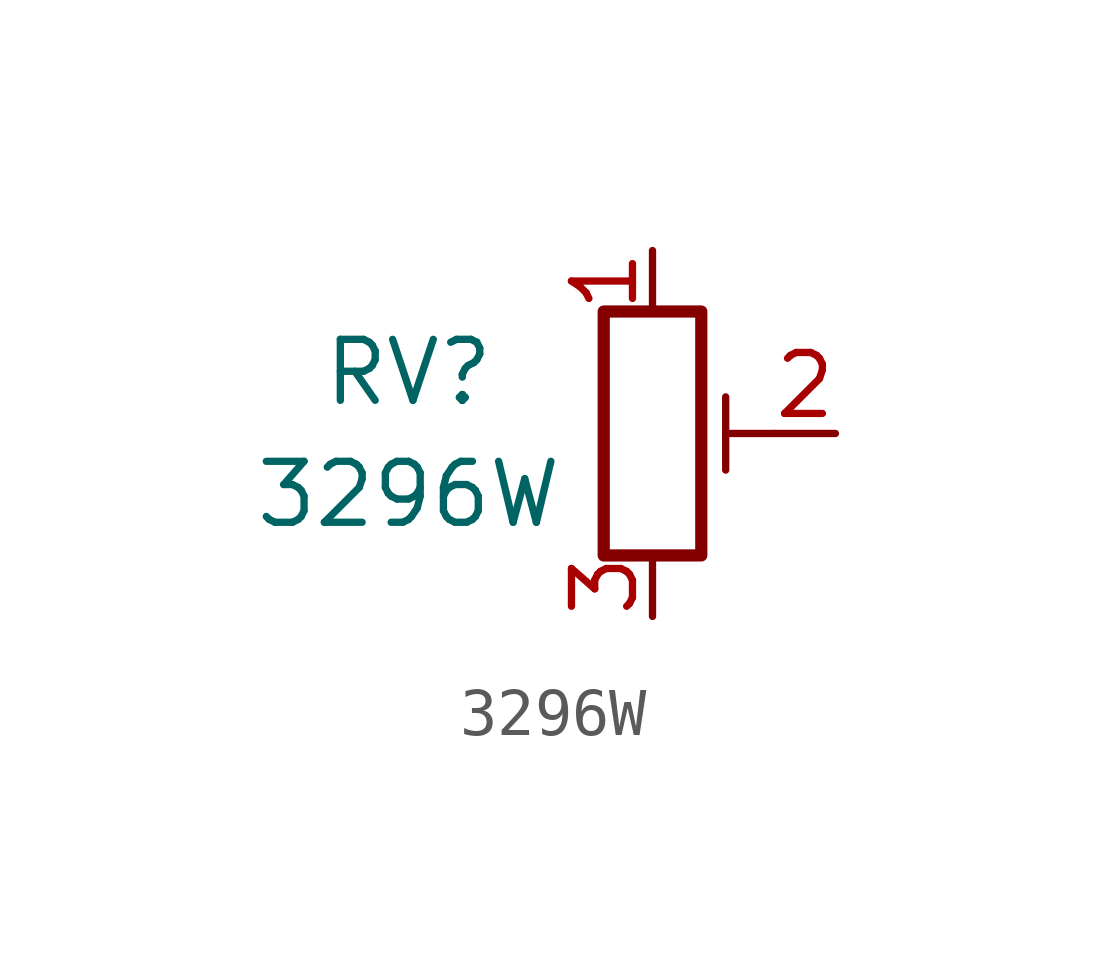
<source format=kicad_sym>
(kicad_symbol_lib
  (version 20220914)
  (generator kicad_symbol_editor)
  (symbol "3296W"
    (pin_names
      (offset 1.016) hide)
    (property "Reference" "RV"
      (at -5.08 1.27 0)
      (effects (font (size 1.27 1.27))))
    (property "Value" "3296W"
      (at -5.08 -1.27 0)
      (effects (font (size 1.27 1.27))))
    (symbol "3296W_0_1"
      (polyline (pts (xy 1.524 0.762) (xy 1.524 -0.762)) (stroke (width 0) (type default)) (fill (type none)))
      (polyline (pts (xy 2.54 0) (xy 1.524 0)) (stroke (width 0) (type default)) (fill (type none)))
      (rectangle (start 1.016 2.54) (end -1.016 -2.54) (stroke (width 0.254) (type default)) (fill (type none))))
    (symbol "3296W_1_1"
      (pin passive line (at 0 3.81 270) (length 1.27) (name "1" (effects (font (size 1.27 1.27)))) (number "1" (effects (font (size 1.27 1.27)))))
      (pin passive line (at 3.81 0 180) (length 1.27) (name "2" (effects (font (size 1.27 1.27)))) (number "2" (effects (font (size 1.27 1.27)))))
      (pin passive line (at 0 -3.81 90) (length 1.27) (name "3" (effects (font (size 1.27 1.27)))) (number "3" (effects (font (size 1.27 1.27))))))))
</source>
